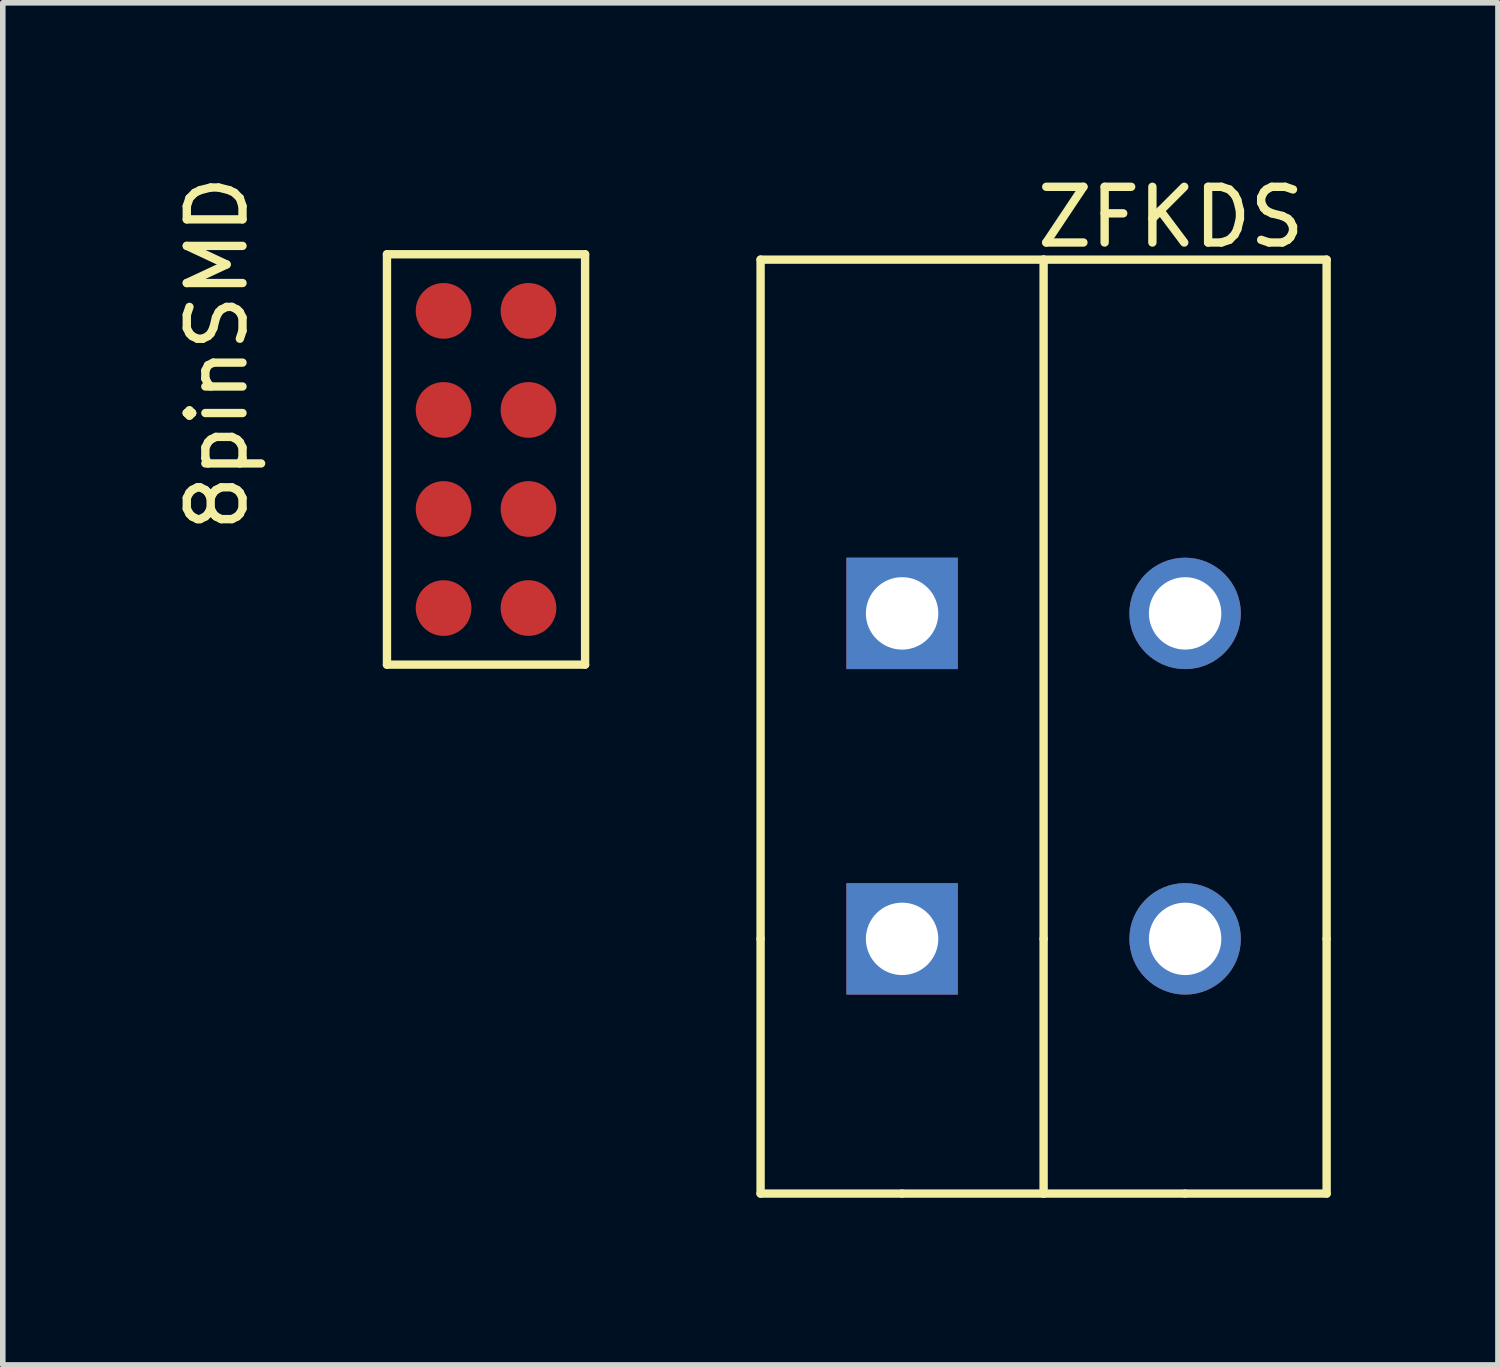
<source format=kicad_pcb>
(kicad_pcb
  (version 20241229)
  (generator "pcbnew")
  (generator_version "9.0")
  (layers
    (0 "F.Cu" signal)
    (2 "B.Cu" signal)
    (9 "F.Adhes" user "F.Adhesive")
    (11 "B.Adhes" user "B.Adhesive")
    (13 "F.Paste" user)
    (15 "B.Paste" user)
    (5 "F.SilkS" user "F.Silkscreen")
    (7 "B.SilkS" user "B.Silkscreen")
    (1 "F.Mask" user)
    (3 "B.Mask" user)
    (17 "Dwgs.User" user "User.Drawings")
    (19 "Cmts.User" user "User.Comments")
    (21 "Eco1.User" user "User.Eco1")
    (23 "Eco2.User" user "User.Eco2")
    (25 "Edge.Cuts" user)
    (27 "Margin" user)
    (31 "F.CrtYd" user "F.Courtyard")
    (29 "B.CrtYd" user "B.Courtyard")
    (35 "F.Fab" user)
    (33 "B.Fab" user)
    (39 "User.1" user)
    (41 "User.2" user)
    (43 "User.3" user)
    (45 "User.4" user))
  (footprint "8pinSMD"
    (layer "F.Cu")
    (at 4.404 5.07)
    (property "Reference" "8pinSMD" (at -3.556 -1.778 90) (layer "F.SilkS") (effects (font (size 1 1) (thickness 0.15))))
    (attr through_hole)
    (fp_line (start -0.508 -3.556) (end -0.508 3.81) (stroke (width 0.15) (type solid)) (layer "F.SilkS"))
    (fp_line (start -0.508 3.81) (end 3.048 3.81) (stroke (width 0.15) (type solid)) (layer "F.SilkS"))
    (fp_line (start 3.048 -3.556) (end -0.508 -3.556) (stroke (width 0.15) (type solid)) (layer "F.SilkS"))
    (fp_line (start 3.048 3.81) (end 3.048 -3.556) (stroke (width 0.15) (type solid)) (layer "F.SilkS"))
    (pad "1" smd circle (at 0.508 -2.54) (size 1 1) (layers "F.Cu" "F.Mask" "F.Paste"))
    (pad "2" smd circle (at 0.508 -0.762) (size 1 1) (layers "F.Cu" "F.Mask" "F.Paste"))
    (pad "3" smd circle (at 0.508 1.016) (size 1 1) (layers "F.Cu" "F.Mask" "F.Paste"))
    (pad "4" smd circle (at 0.508 2.794) (size 1 1) (layers "F.Cu" "F.Mask" "F.Paste"))
    (pad "5" smd circle (at 2.032 2.794) (size 1 1) (layers "F.Cu" "F.Mask" "F.Paste"))
    (pad "6" smd circle (at 2.032 1.016) (size 1 1) (layers "F.Cu" "F.Mask" "F.Paste"))
    (pad "7" smd circle (at 2.032 -0.762) (size 1 1) (layers "F.Cu" "F.Mask" "F.Paste"))
    (pad "8" smd circle (at 2.032 -2.54) (size 1 1) (layers "F.Cu" "F.Mask" "F.Paste")))
  (footprint "ZFKDS"
    (layer "F.Cu")
    (at 13.142 13.802)
    (property "Reference" "ZFKDS" (at 4.826 -12.954 0) (layer "F.SilkS") (effects (font (size 1 1) (thickness 0.15))))
    (attr through_hole)
    (fp_line (start -2.54 -12.192) (end 2.54 -12.192) (stroke (width 0.15) (type solid)) (layer "F.SilkS"))
    (fp_line (start -2.54 0) (end -2.54 -12.192) (stroke (width 0.15) (type solid)) (layer "F.SilkS"))
    (fp_line (start -2.54 4.572) (end -2.54 0) (stroke (width 0.15) (type solid)) (layer "F.SilkS"))
    (fp_line (start 0 4.572) (end -2.54 4.572) (stroke (width 0.15) (type solid)) (layer "F.SilkS"))
    (fp_line (start 0 4.572) (end 2.54 4.572) (stroke (width 0.15) (type solid)) (layer "F.SilkS"))
    (fp_line (start 2.54 -12.192) (end 2.54 0) (stroke (width 0.15) (type solid)) (layer "F.SilkS"))
    (fp_line (start 2.54 -12.192) (end 7.62 -12.192) (stroke (width 0.15) (type solid)) (layer "F.SilkS"))
    (fp_line (start 2.54 4.572) (end 2.54 0) (stroke (width 0.15) (type solid)) (layer "F.SilkS"))
    (fp_line (start 2.54 4.572) (end 5.08 4.572) (stroke (width 0.15) (type solid)) (layer "F.SilkS"))
    (fp_line (start 5.08 4.572) (end 7.62 4.572) (stroke (width 0.15) (type solid)) (layer "F.SilkS"))
    (fp_line (start 7.62 -12.192) (end 7.62 0) (stroke (width 0.15) (type solid)) (layer "F.SilkS"))
    (fp_line (start 7.62 4.572) (end 7.62 0) (stroke (width 0.15) (type solid)) (layer "F.SilkS"))
    (pad "1" thru_hole rect (at 0 -5.842) (size 2 2) (drill 1.3) (layers "*.Cu" "*.Mask"))
    (pad "1" thru_hole rect (at 0 0) (size 2 2) (drill 1.3) (layers "*.Cu" "*.Mask"))
    (pad "2" thru_hole circle (at 5.08 -5.842) (size 2 2) (drill 1.3) (layers "*.Cu" "*.Mask"))
    (pad "2" thru_hole circle (at 5.08 0) (size 2 2) (drill 1.3) (layers "*.Cu" "*.Mask")))
  (gr_rect
    (start -3 -3)
    (end 23.837 21.449)
    (stroke (width 0.1) (type default))
    (fill no)
    (layer "Edge.Cuts")))
</source>
